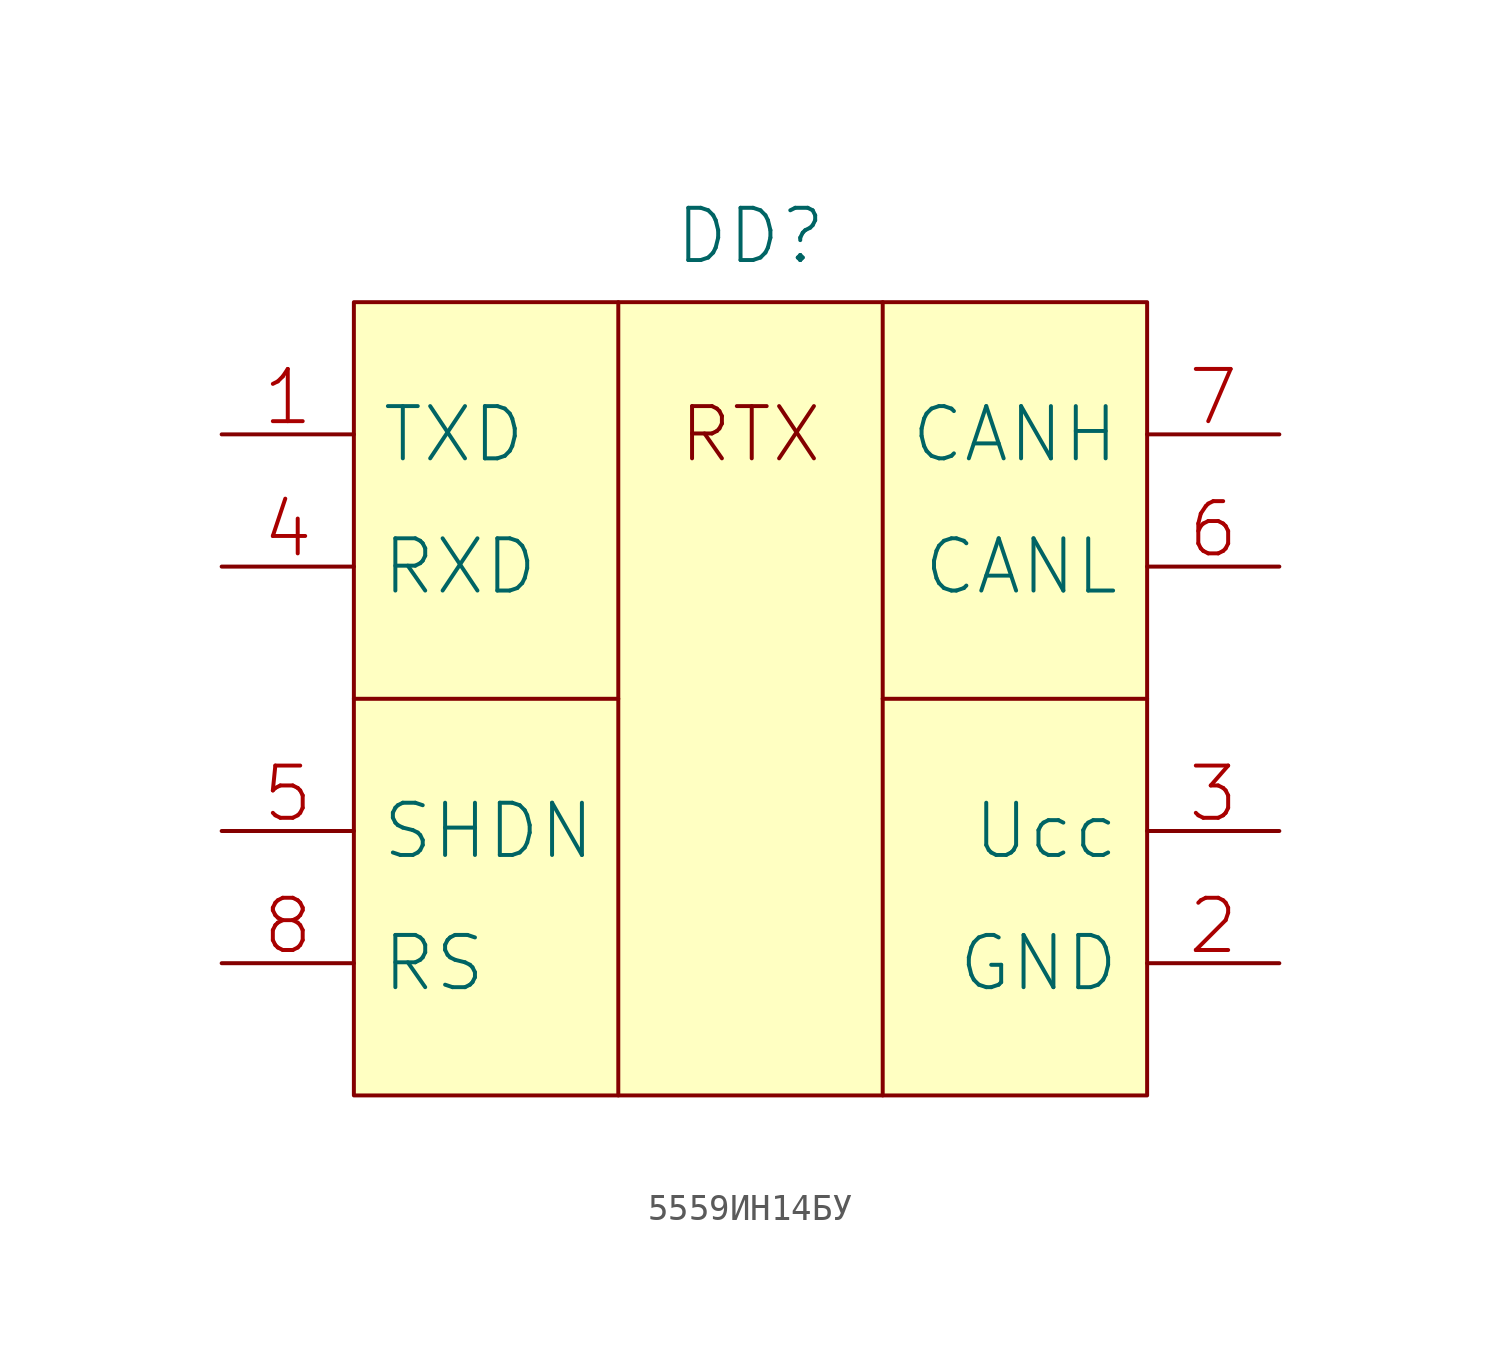
<source format=kicad_sym>
(kicad_symbol_lib
  (version 20231120)
  (generator "kicad_symbol_editor")
  (generator_version "8.0")
  (symbol "5559ИН14БУ"
    (pin_names
      (offset 1.016))
    (property "Reference" "DD"
      (at 0 17.78 0)
      (effects (font (size 2.007 2.007))))
    (symbol "5559ИН14БУ_0_0"
      (rectangle (start -15.24 15.24) (end 15.24 -15.24) (stroke (width 0) (type solid)) (fill (type background)))
      (polyline (pts (xy -15.24 0) (xy -5.08 0)) (stroke (width 0) (type solid)) (fill (type none)))
      (polyline (pts (xy -5.08 15.24) (xy -5.08 -15.24)) (stroke (width 0) (type solid)) (fill (type none)))
      (polyline (pts (xy 5.08 0) (xy 15.24 0)) (stroke (width 0) (type solid)) (fill (type none)))
      (polyline (pts (xy 5.08 15.24) (xy 5.08 -15.24)) (stroke (width 0) (type solid)) (fill (type none)))
      (text "RTX" (at 0 10.16 0) (effects (font (size 2.007 2.007)))))
    (symbol "5559ИН14БУ_1_1"
      (pin input line (at -20.32 10.16 0) (length 5.08) (name "TXD" (effects (font (size 2.007 2.007)))) (number "1" (effects (font (size 2.007 2.007)))))
      (pin power_in line (at 20.32 -10.16 180) (length 5.08) (name "GND" (effects (font (size 2.007 2.007)))) (number "2" (effects (font (size 2.007 2.007)))))
      (pin power_in line (at 20.32 -5.08 180) (length 5.08) (name "Ucc" (effects (font (size 2.007 2.007)))) (number "3" (effects (font (size 2.007 2.007)))))
      (pin output line (at -20.32 5.08 0) (length 5.08) (name "RXD" (effects (font (size 2.007 2.007)))) (number "4" (effects (font (size 2.007 2.007)))))
      (pin input line (at -20.32 -5.08 0) (length 5.08) (name "SHDN" (effects (font (size 2.007 2.007)))) (number "5" (effects (font (size 2.007 2.007)))))
      (pin bidirectional line (at 20.32 5.08 180) (length 5.08) (name "CANL" (effects (font (size 2.007 2.007)))) (number "6" (effects (font (size 2.007 2.007)))))
      (pin bidirectional line (at 20.32 10.16 180) (length 5.08) (name "CANH" (effects (font (size 2.007 2.007)))) (number "7" (effects (font (size 2.007 2.007)))))
      (pin input line (at -20.32 -10.16 0) (length 5.08) (name "RS" (effects (font (size 2.007 2.007)))) (number "8" (effects (font (size 2.007 2.007))))))))
</source>
